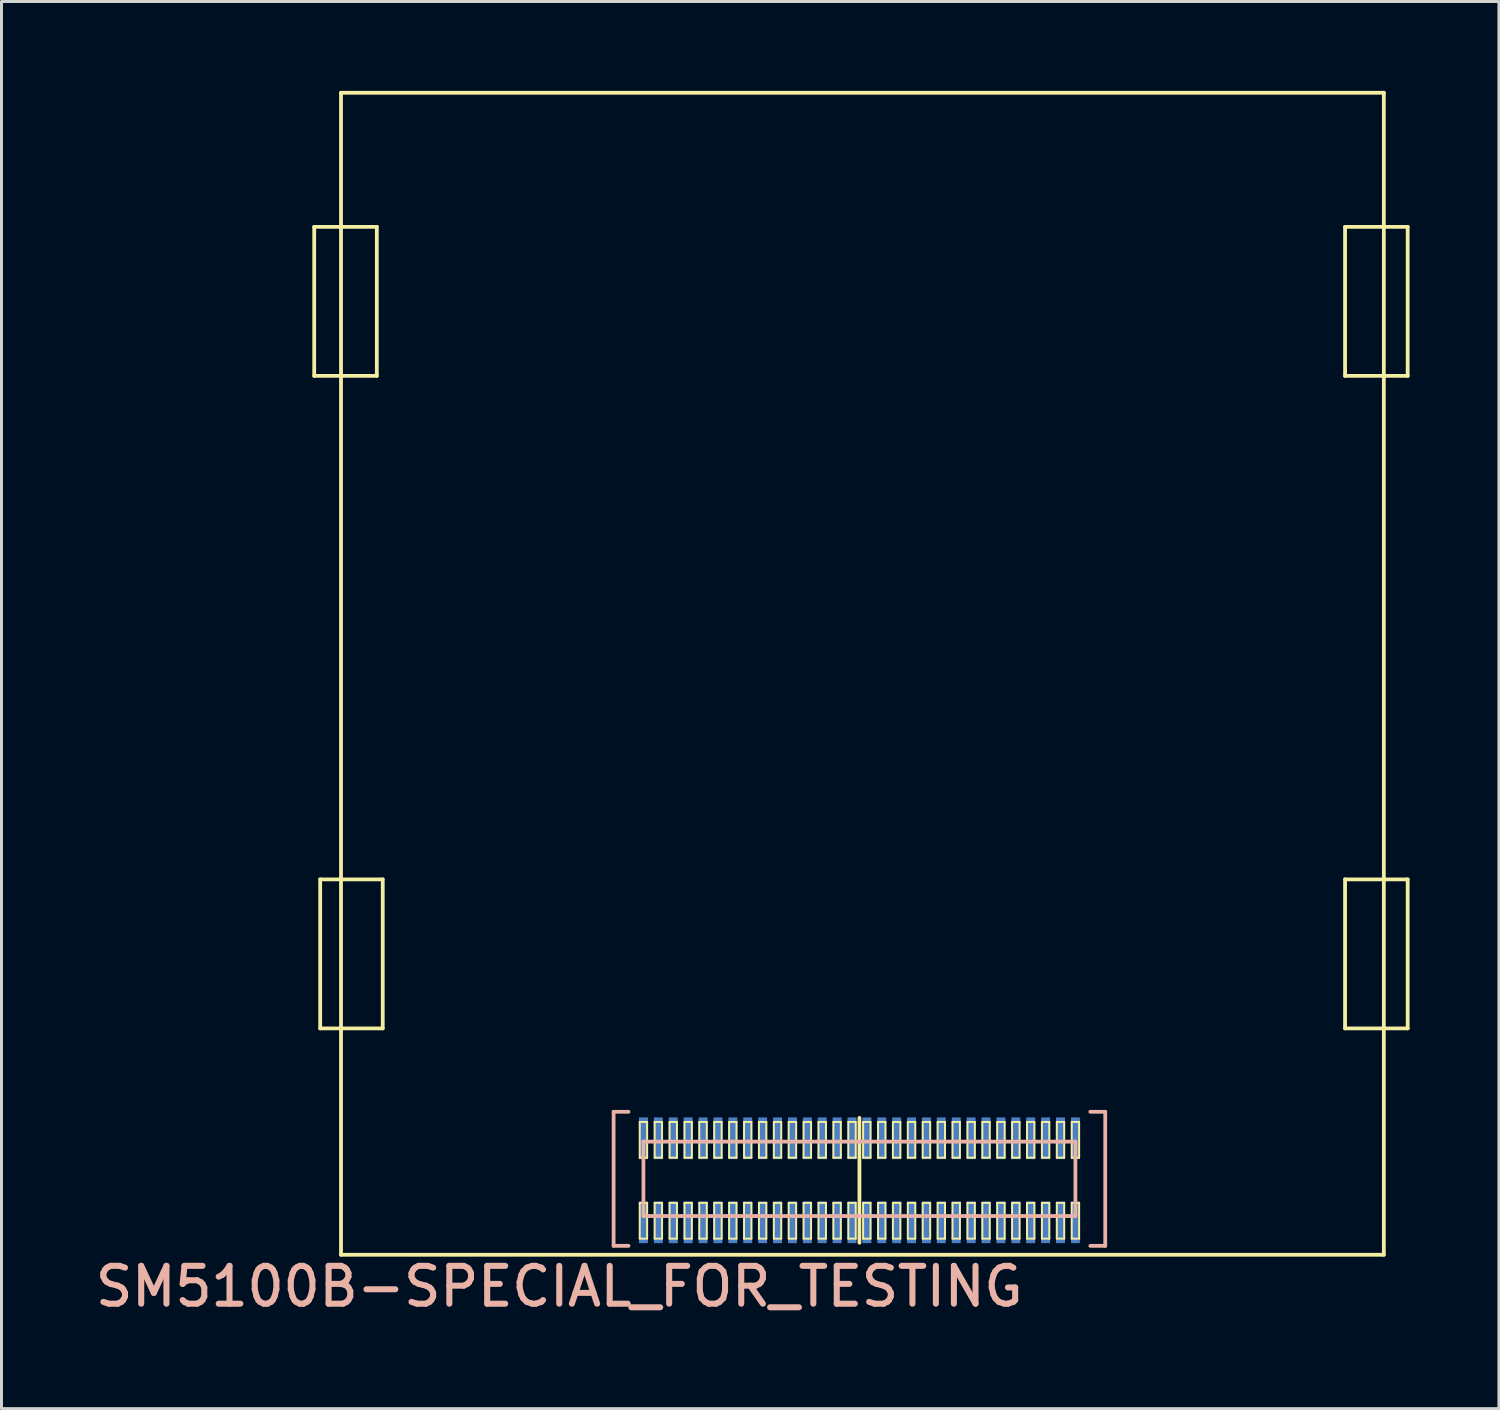
<source format=kicad_pcb>
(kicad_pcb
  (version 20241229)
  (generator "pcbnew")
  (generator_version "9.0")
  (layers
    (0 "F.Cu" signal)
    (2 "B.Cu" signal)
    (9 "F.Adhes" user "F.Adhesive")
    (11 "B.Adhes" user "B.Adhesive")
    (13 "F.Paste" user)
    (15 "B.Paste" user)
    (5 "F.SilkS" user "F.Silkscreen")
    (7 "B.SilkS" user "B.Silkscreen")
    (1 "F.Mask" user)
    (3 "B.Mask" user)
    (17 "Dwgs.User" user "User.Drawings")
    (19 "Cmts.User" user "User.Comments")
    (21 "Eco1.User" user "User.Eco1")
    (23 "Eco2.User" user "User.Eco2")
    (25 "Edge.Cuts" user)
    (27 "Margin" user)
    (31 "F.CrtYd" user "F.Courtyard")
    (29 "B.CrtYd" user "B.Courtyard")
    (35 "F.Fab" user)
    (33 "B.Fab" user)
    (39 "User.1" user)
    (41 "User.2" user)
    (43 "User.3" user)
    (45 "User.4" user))
  (footprint "SM5100B-SPECIAL_FOR_TESTING"
    (layer "F.Cu")
    (at 25.794 36.563)
    (property "Reference" "SM5100B-SPECIAL_FOR_TESTING" (at -10.074 3.564 0) (layer "B.SilkS") (effects (font (size 1.27 1.27) (thickness 0.203))))
    (attr smd)
    (fp_line (start -18.298 -31.999) (end -18.298 -26.998) (stroke (width 0.127) (type solid)) (layer "F.SilkS"))
    (fp_line (start -18.298 -26.998) (end -16.198 -26.998) (stroke (width 0.127) (type solid)) (layer "F.SilkS"))
    (fp_line (start -18.098 -10.099) (end -18.098 -5.098) (stroke (width 0.127) (type solid)) (layer "F.SilkS"))
    (fp_line (start -18.098 -5.098) (end -15.999 -5.098) (stroke (width 0.127) (type solid)) (layer "F.SilkS"))
    (fp_line (start -17.399 -36.5) (end 17.6 -36.5) (stroke (width 0.127) (type solid)) (layer "F.SilkS"))
    (fp_line (start -17.399 2.499) (end -17.399 -36.5) (stroke (width 0.127) (type solid)) (layer "F.SilkS"))
    (fp_line (start -16.198 -31.999) (end -18.298 -31.999) (stroke (width 0.127) (type solid)) (layer "F.SilkS"))
    (fp_line (start -16.198 -26.998) (end -16.198 -31.999) (stroke (width 0.127) (type solid)) (layer "F.SilkS"))
    (fp_line (start -15.999 -10.099) (end -18.098 -10.099) (stroke (width 0.127) (type solid)) (layer "F.SilkS"))
    (fp_line (start -15.999 -5.098) (end -15.999 -10.099) (stroke (width 0.127) (type solid)) (layer "F.SilkS"))
    (fp_line (start -7.374 -1.958) (end -7.125 -1.958) (stroke (width 0.066) (type solid)) (layer "F.SilkS"))
    (fp_line (start -7.374 -0.759) (end -7.374 -1.958) (stroke (width 0.066) (type solid)) (layer "F.SilkS"))
    (fp_line (start -7.374 -0.759) (end -7.125 -0.759) (stroke (width 0.066) (type solid)) (layer "F.SilkS"))
    (fp_line (start -7.374 0.759) (end -7.125 0.759) (stroke (width 0.066) (type solid)) (layer "F.SilkS"))
    (fp_line (start -7.374 1.958) (end -7.374 0.759) (stroke (width 0.066) (type solid)) (layer "F.SilkS"))
    (fp_line (start -7.374 1.958) (end -7.125 1.958) (stroke (width 0.066) (type solid)) (layer "F.SilkS"))
    (fp_line (start -7.125 -0.759) (end -7.125 -1.958) (stroke (width 0.066) (type solid)) (layer "F.SilkS"))
    (fp_line (start -7.125 1.958) (end -7.125 0.759) (stroke (width 0.066) (type solid)) (layer "F.SilkS"))
    (fp_line (start -6.873 -1.958) (end -6.624 -1.958) (stroke (width 0.066) (type solid)) (layer "F.SilkS"))
    (fp_line (start -6.873 -0.759) (end -6.873 -1.958) (stroke (width 0.066) (type solid)) (layer "F.SilkS"))
    (fp_line (start -6.873 -0.759) (end -6.624 -0.759) (stroke (width 0.066) (type solid)) (layer "F.SilkS"))
    (fp_line (start -6.873 0.759) (end -6.624 0.759) (stroke (width 0.066) (type solid)) (layer "F.SilkS"))
    (fp_line (start -6.873 1.958) (end -6.873 0.759) (stroke (width 0.066) (type solid)) (layer "F.SilkS"))
    (fp_line (start -6.873 1.958) (end -6.624 1.958) (stroke (width 0.066) (type solid)) (layer "F.SilkS"))
    (fp_line (start -6.624 -0.759) (end -6.624 -1.958) (stroke (width 0.066) (type solid)) (layer "F.SilkS"))
    (fp_line (start -6.624 1.958) (end -6.624 0.759) (stroke (width 0.066) (type solid)) (layer "F.SilkS"))
    (fp_line (start -6.373 -1.958) (end -6.124 -1.958) (stroke (width 0.066) (type solid)) (layer "F.SilkS"))
    (fp_line (start -6.373 -0.759) (end -6.373 -1.958) (stroke (width 0.066) (type solid)) (layer "F.SilkS"))
    (fp_line (start -6.373 -0.759) (end -6.124 -0.759) (stroke (width 0.066) (type solid)) (layer "F.SilkS"))
    (fp_line (start -6.373 0.759) (end -6.124 0.759) (stroke (width 0.066) (type solid)) (layer "F.SilkS"))
    (fp_line (start -6.373 1.958) (end -6.373 0.759) (stroke (width 0.066) (type solid)) (layer "F.SilkS"))
    (fp_line (start -6.373 1.958) (end -6.124 1.958) (stroke (width 0.066) (type solid)) (layer "F.SilkS"))
    (fp_line (start -6.124 -0.759) (end -6.124 -1.958) (stroke (width 0.066) (type solid)) (layer "F.SilkS"))
    (fp_line (start -6.124 1.958) (end -6.124 0.759) (stroke (width 0.066) (type solid)) (layer "F.SilkS"))
    (fp_line (start -5.872 -1.958) (end -5.624 -1.958) (stroke (width 0.066) (type solid)) (layer "F.SilkS"))
    (fp_line (start -5.872 -0.759) (end -5.872 -1.958) (stroke (width 0.066) (type solid)) (layer "F.SilkS"))
    (fp_line (start -5.872 -0.759) (end -5.624 -0.759) (stroke (width 0.066) (type solid)) (layer "F.SilkS"))
    (fp_line (start -5.872 0.759) (end -5.624 0.759) (stroke (width 0.066) (type solid)) (layer "F.SilkS"))
    (fp_line (start -5.872 1.958) (end -5.872 0.759) (stroke (width 0.066) (type solid)) (layer "F.SilkS"))
    (fp_line (start -5.872 1.958) (end -5.624 1.958) (stroke (width 0.066) (type solid)) (layer "F.SilkS"))
    (fp_line (start -5.624 -0.759) (end -5.624 -1.958) (stroke (width 0.066) (type solid)) (layer "F.SilkS"))
    (fp_line (start -5.624 1.958) (end -5.624 0.759) (stroke (width 0.066) (type solid)) (layer "F.SilkS"))
    (fp_line (start -5.375 -1.958) (end -5.123 -1.958) (stroke (width 0.066) (type solid)) (layer "F.SilkS"))
    (fp_line (start -5.375 -0.759) (end -5.375 -1.958) (stroke (width 0.066) (type solid)) (layer "F.SilkS"))
    (fp_line (start -5.375 -0.759) (end -5.123 -0.759) (stroke (width 0.066) (type solid)) (layer "F.SilkS"))
    (fp_line (start -5.375 0.759) (end -5.123 0.759) (stroke (width 0.066) (type solid)) (layer "F.SilkS"))
    (fp_line (start -5.375 1.958) (end -5.375 0.759) (stroke (width 0.066) (type solid)) (layer "F.SilkS"))
    (fp_line (start -5.375 1.958) (end -5.123 1.958) (stroke (width 0.066) (type solid)) (layer "F.SilkS"))
    (fp_line (start -5.123 -0.759) (end -5.123 -1.958) (stroke (width 0.066) (type solid)) (layer "F.SilkS"))
    (fp_line (start -5.123 1.958) (end -5.123 0.759) (stroke (width 0.066) (type solid)) (layer "F.SilkS"))
    (fp_line (start -4.874 -1.958) (end -4.623 -1.958) (stroke (width 0.066) (type solid)) (layer "F.SilkS"))
    (fp_line (start -4.874 -0.759) (end -4.874 -1.958) (stroke (width 0.066) (type solid)) (layer "F.SilkS"))
    (fp_line (start -4.874 -0.759) (end -4.623 -0.759) (stroke (width 0.066) (type solid)) (layer "F.SilkS"))
    (fp_line (start -4.874 0.759) (end -4.623 0.759) (stroke (width 0.066) (type solid)) (layer "F.SilkS"))
    (fp_line (start -4.874 1.958) (end -4.874 0.759) (stroke (width 0.066) (type solid)) (layer "F.SilkS"))
    (fp_line (start -4.874 1.958) (end -4.623 1.958) (stroke (width 0.066) (type solid)) (layer "F.SilkS"))
    (fp_line (start -4.623 -0.759) (end -4.623 -1.958) (stroke (width 0.066) (type solid)) (layer "F.SilkS"))
    (fp_line (start -4.623 1.958) (end -4.623 0.759) (stroke (width 0.066) (type solid)) (layer "F.SilkS"))
    (fp_line (start -4.374 -1.958) (end -4.125 -1.958) (stroke (width 0.066) (type solid)) (layer "F.SilkS"))
    (fp_line (start -4.374 -0.759) (end -4.374 -1.958) (stroke (width 0.066) (type solid)) (layer "F.SilkS"))
    (fp_line (start -4.374 -0.759) (end -4.125 -0.759) (stroke (width 0.066) (type solid)) (layer "F.SilkS"))
    (fp_line (start -4.374 0.759) (end -4.125 0.759) (stroke (width 0.066) (type solid)) (layer "F.SilkS"))
    (fp_line (start -4.374 1.958) (end -4.374 0.759) (stroke (width 0.066) (type solid)) (layer "F.SilkS"))
    (fp_line (start -4.374 1.958) (end -4.125 1.958) (stroke (width 0.066) (type solid)) (layer "F.SilkS"))
    (fp_line (start -4.125 -0.759) (end -4.125 -1.958) (stroke (width 0.066) (type solid)) (layer "F.SilkS"))
    (fp_line (start -4.125 1.958) (end -4.125 0.759) (stroke (width 0.066) (type solid)) (layer "F.SilkS"))
    (fp_line (start -3.873 -1.958) (end -3.625 -1.958) (stroke (width 0.066) (type solid)) (layer "F.SilkS"))
    (fp_line (start -3.873 -0.759) (end -3.873 -1.958) (stroke (width 0.066) (type solid)) (layer "F.SilkS"))
    (fp_line (start -3.873 -0.759) (end -3.625 -0.759) (stroke (width 0.066) (type solid)) (layer "F.SilkS"))
    (fp_line (start -3.873 0.759) (end -3.625 0.759) (stroke (width 0.066) (type solid)) (layer "F.SilkS"))
    (fp_line (start -3.873 1.958) (end -3.873 0.759) (stroke (width 0.066) (type solid)) (layer "F.SilkS"))
    (fp_line (start -3.873 1.958) (end -3.625 1.958) (stroke (width 0.066) (type solid)) (layer "F.SilkS"))
    (fp_line (start -3.625 -0.759) (end -3.625 -1.958) (stroke (width 0.066) (type solid)) (layer "F.SilkS"))
    (fp_line (start -3.625 1.958) (end -3.625 0.759) (stroke (width 0.066) (type solid)) (layer "F.SilkS"))
    (fp_line (start -3.373 -1.958) (end -3.124 -1.958) (stroke (width 0.066) (type solid)) (layer "F.SilkS"))
    (fp_line (start -3.373 -0.759) (end -3.373 -1.958) (stroke (width 0.066) (type solid)) (layer "F.SilkS"))
    (fp_line (start -3.373 -0.759) (end -3.124 -0.759) (stroke (width 0.066) (type solid)) (layer "F.SilkS"))
    (fp_line (start -3.373 0.759) (end -3.124 0.759) (stroke (width 0.066) (type solid)) (layer "F.SilkS"))
    (fp_line (start -3.373 1.958) (end -3.373 0.759) (stroke (width 0.066) (type solid)) (layer "F.SilkS"))
    (fp_line (start -3.373 1.958) (end -3.124 1.958) (stroke (width 0.066) (type solid)) (layer "F.SilkS"))
    (fp_line (start -3.124 -0.759) (end -3.124 -1.958) (stroke (width 0.066) (type solid)) (layer "F.SilkS"))
    (fp_line (start -3.124 1.958) (end -3.124 0.759) (stroke (width 0.066) (type solid)) (layer "F.SilkS"))
    (fp_line (start -2.873 -1.958) (end -2.624 -1.958) (stroke (width 0.066) (type solid)) (layer "F.SilkS"))
    (fp_line (start -2.873 -0.759) (end -2.873 -1.958) (stroke (width 0.066) (type solid)) (layer "F.SilkS"))
    (fp_line (start -2.873 -0.759) (end -2.624 -0.759) (stroke (width 0.066) (type solid)) (layer "F.SilkS"))
    (fp_line (start -2.873 0.759) (end -2.624 0.759) (stroke (width 0.066) (type solid)) (layer "F.SilkS"))
    (fp_line (start -2.873 1.958) (end -2.873 0.759) (stroke (width 0.066) (type solid)) (layer "F.SilkS"))
    (fp_line (start -2.873 1.958) (end -2.624 1.958) (stroke (width 0.066) (type solid)) (layer "F.SilkS"))
    (fp_line (start -2.624 -0.759) (end -2.624 -1.958) (stroke (width 0.066) (type solid)) (layer "F.SilkS"))
    (fp_line (start -2.624 1.958) (end -2.624 0.759) (stroke (width 0.066) (type solid)) (layer "F.SilkS"))
    (fp_line (start -2.375 -1.958) (end -2.123 -1.958) (stroke (width 0.066) (type solid)) (layer "F.SilkS"))
    (fp_line (start -2.375 -0.759) (end -2.375 -1.958) (stroke (width 0.066) (type solid)) (layer "F.SilkS"))
    (fp_line (start -2.375 -0.759) (end -2.123 -0.759) (stroke (width 0.066) (type solid)) (layer "F.SilkS"))
    (fp_line (start -2.375 0.759) (end -2.123 0.759) (stroke (width 0.066) (type solid)) (layer "F.SilkS"))
    (fp_line (start -2.375 1.958) (end -2.375 0.759) (stroke (width 0.066) (type solid)) (layer "F.SilkS"))
    (fp_line (start -2.375 1.958) (end -2.123 1.958) (stroke (width 0.066) (type solid)) (layer "F.SilkS"))
    (fp_line (start -2.123 -0.759) (end -2.123 -1.958) (stroke (width 0.066) (type solid)) (layer "F.SilkS"))
    (fp_line (start -2.123 1.958) (end -2.123 0.759) (stroke (width 0.066) (type solid)) (layer "F.SilkS"))
    (fp_line (start -1.875 -1.958) (end -1.623 -1.958) (stroke (width 0.066) (type solid)) (layer "F.SilkS"))
    (fp_line (start -1.875 -0.759) (end -1.875 -1.958) (stroke (width 0.066) (type solid)) (layer "F.SilkS"))
    (fp_line (start -1.875 -0.759) (end -1.623 -0.759) (stroke (width 0.066) (type solid)) (layer "F.SilkS"))
    (fp_line (start -1.875 0.759) (end -1.623 0.759) (stroke (width 0.066) (type solid)) (layer "F.SilkS"))
    (fp_line (start -1.875 1.958) (end -1.875 0.759) (stroke (width 0.066) (type solid)) (layer "F.SilkS"))
    (fp_line (start -1.875 1.958) (end -1.623 1.958) (stroke (width 0.066) (type solid)) (layer "F.SilkS"))
    (fp_line (start -1.623 -0.759) (end -1.623 -1.958) (stroke (width 0.066) (type solid)) (layer "F.SilkS"))
    (fp_line (start -1.623 1.958) (end -1.623 0.759) (stroke (width 0.066) (type solid)) (layer "F.SilkS"))
    (fp_line (start -1.374 -1.958) (end -1.123 -1.958) (stroke (width 0.066) (type solid)) (layer "F.SilkS"))
    (fp_line (start -1.374 -0.759) (end -1.374 -1.958) (stroke (width 0.066) (type solid)) (layer "F.SilkS"))
    (fp_line (start -1.374 -0.759) (end -1.123 -0.759) (stroke (width 0.066) (type solid)) (layer "F.SilkS"))
    (fp_line (start -1.374 0.759) (end -1.123 0.759) (stroke (width 0.066) (type solid)) (layer "F.SilkS"))
    (fp_line (start -1.374 1.958) (end -1.374 0.759) (stroke (width 0.066) (type solid)) (layer "F.SilkS"))
    (fp_line (start -1.374 1.958) (end -1.123 1.958) (stroke (width 0.066) (type solid)) (layer "F.SilkS"))
    (fp_line (start -1.123 -0.759) (end -1.123 -1.958) (stroke (width 0.066) (type solid)) (layer "F.SilkS"))
    (fp_line (start -1.123 1.958) (end -1.123 0.759) (stroke (width 0.066) (type solid)) (layer "F.SilkS"))
    (fp_line (start -0.874 -1.958) (end -0.625 -1.958) (stroke (width 0.066) (type solid)) (layer "F.SilkS"))
    (fp_line (start -0.874 -0.759) (end -0.874 -1.958) (stroke (width 0.066) (type solid)) (layer "F.SilkS"))
    (fp_line (start -0.874 -0.759) (end -0.625 -0.759) (stroke (width 0.066) (type solid)) (layer "F.SilkS"))
    (fp_line (start -0.874 0.759) (end -0.625 0.759) (stroke (width 0.066) (type solid)) (layer "F.SilkS"))
    (fp_line (start -0.874 1.958) (end -0.874 0.759) (stroke (width 0.066) (type solid)) (layer "F.SilkS"))
    (fp_line (start -0.874 1.958) (end -0.625 1.958) (stroke (width 0.066) (type solid)) (layer "F.SilkS"))
    (fp_line (start -0.625 -0.759) (end -0.625 -1.958) (stroke (width 0.066) (type solid)) (layer "F.SilkS"))
    (fp_line (start -0.625 1.958) (end -0.625 0.759) (stroke (width 0.066) (type solid)) (layer "F.SilkS"))
    (fp_line (start -0.373 -1.958) (end -0.124 -1.958) (stroke (width 0.066) (type solid)) (layer "F.SilkS"))
    (fp_line (start -0.373 -0.759) (end -0.373 -1.958) (stroke (width 0.066) (type solid)) (layer "F.SilkS"))
    (fp_line (start -0.373 -0.759) (end -0.124 -0.759) (stroke (width 0.066) (type solid)) (layer "F.SilkS"))
    (fp_line (start -0.373 0.759) (end -0.124 0.759) (stroke (width 0.066) (type solid)) (layer "F.SilkS"))
    (fp_line (start -0.373 1.958) (end -0.373 0.759) (stroke (width 0.066) (type solid)) (layer "F.SilkS"))
    (fp_line (start -0.373 1.958) (end -0.124 1.958) (stroke (width 0.066) (type solid)) (layer "F.SilkS"))
    (fp_line (start -0.124 -0.759) (end -0.124 -1.958) (stroke (width 0.066) (type solid)) (layer "F.SilkS"))
    (fp_line (start -0.124 1.958) (end -0.124 0.759) (stroke (width 0.066) (type solid)) (layer "F.SilkS"))
    (fp_line (start 0 -2.095) (end 0 2.095) (stroke (width 0.127) (type solid)) (layer "F.SilkS"))
    (fp_line (start 0.124 -1.958) (end 0.373 -1.958) (stroke (width 0.066) (type solid)) (layer "F.SilkS"))
    (fp_line (start 0.124 -0.759) (end 0.124 -1.958) (stroke (width 0.066) (type solid)) (layer "F.SilkS"))
    (fp_line (start 0.124 -0.759) (end 0.373 -0.759) (stroke (width 0.066) (type solid)) (layer "F.SilkS"))
    (fp_line (start 0.124 0.759) (end 0.373 0.759) (stroke (width 0.066) (type solid)) (layer "F.SilkS"))
    (fp_line (start 0.124 1.958) (end 0.124 0.759) (stroke (width 0.066) (type solid)) (layer "F.SilkS"))
    (fp_line (start 0.124 1.958) (end 0.373 1.958) (stroke (width 0.066) (type solid)) (layer "F.SilkS"))
    (fp_line (start 0.373 -0.759) (end 0.373 -1.958) (stroke (width 0.066) (type solid)) (layer "F.SilkS"))
    (fp_line (start 0.373 1.958) (end 0.373 0.759) (stroke (width 0.066) (type solid)) (layer "F.SilkS"))
    (fp_line (start 0.625 -1.958) (end 0.874 -1.958) (stroke (width 0.066) (type solid)) (layer "F.SilkS"))
    (fp_line (start 0.625 -0.759) (end 0.625 -1.958) (stroke (width 0.066) (type solid)) (layer "F.SilkS"))
    (fp_line (start 0.625 -0.759) (end 0.874 -0.759) (stroke (width 0.066) (type solid)) (layer "F.SilkS"))
    (fp_line (start 0.625 0.759) (end 0.874 0.759) (stroke (width 0.066) (type solid)) (layer "F.SilkS"))
    (fp_line (start 0.625 1.958) (end 0.625 0.759) (stroke (width 0.066) (type solid)) (layer "F.SilkS"))
    (fp_line (start 0.625 1.958) (end 0.874 1.958) (stroke (width 0.066) (type solid)) (layer "F.SilkS"))
    (fp_line (start 0.874 -0.759) (end 0.874 -1.958) (stroke (width 0.066) (type solid)) (layer "F.SilkS"))
    (fp_line (start 0.874 1.958) (end 0.874 0.759) (stroke (width 0.066) (type solid)) (layer "F.SilkS"))
    (fp_line (start 1.123 -1.958) (end 1.374 -1.958) (stroke (width 0.066) (type solid)) (layer "F.SilkS"))
    (fp_line (start 1.123 -0.759) (end 1.123 -1.958) (stroke (width 0.066) (type solid)) (layer "F.SilkS"))
    (fp_line (start 1.123 -0.759) (end 1.374 -0.759) (stroke (width 0.066) (type solid)) (layer "F.SilkS"))
    (fp_line (start 1.123 0.759) (end 1.374 0.759) (stroke (width 0.066) (type solid)) (layer "F.SilkS"))
    (fp_line (start 1.123 1.958) (end 1.123 0.759) (stroke (width 0.066) (type solid)) (layer "F.SilkS"))
    (fp_line (start 1.123 1.958) (end 1.374 1.958) (stroke (width 0.066) (type solid)) (layer "F.SilkS"))
    (fp_line (start 1.374 -0.759) (end 1.374 -1.958) (stroke (width 0.066) (type solid)) (layer "F.SilkS"))
    (fp_line (start 1.374 1.958) (end 1.374 0.759) (stroke (width 0.066) (type solid)) (layer "F.SilkS"))
    (fp_line (start 1.623 -1.958) (end 1.875 -1.958) (stroke (width 0.066) (type solid)) (layer "F.SilkS"))
    (fp_line (start 1.623 -0.759) (end 1.623 -1.958) (stroke (width 0.066) (type solid)) (layer "F.SilkS"))
    (fp_line (start 1.623 -0.759) (end 1.875 -0.759) (stroke (width 0.066) (type solid)) (layer "F.SilkS"))
    (fp_line (start 1.623 0.759) (end 1.875 0.759) (stroke (width 0.066) (type solid)) (layer "F.SilkS"))
    (fp_line (start 1.623 1.958) (end 1.623 0.759) (stroke (width 0.066) (type solid)) (layer "F.SilkS"))
    (fp_line (start 1.623 1.958) (end 1.875 1.958) (stroke (width 0.066) (type solid)) (layer "F.SilkS"))
    (fp_line (start 1.875 -0.759) (end 1.875 -1.958) (stroke (width 0.066) (type solid)) (layer "F.SilkS"))
    (fp_line (start 1.875 1.958) (end 1.875 0.759) (stroke (width 0.066) (type solid)) (layer "F.SilkS"))
    (fp_line (start 2.123 -1.958) (end 2.375 -1.958) (stroke (width 0.066) (type solid)) (layer "F.SilkS"))
    (fp_line (start 2.123 -0.759) (end 2.123 -1.958) (stroke (width 0.066) (type solid)) (layer "F.SilkS"))
    (fp_line (start 2.123 -0.759) (end 2.375 -0.759) (stroke (width 0.066) (type solid)) (layer "F.SilkS"))
    (fp_line (start 2.123 0.759) (end 2.375 0.759) (stroke (width 0.066) (type solid)) (layer "F.SilkS"))
    (fp_line (start 2.123 1.958) (end 2.123 0.759) (stroke (width 0.066) (type solid)) (layer "F.SilkS"))
    (fp_line (start 2.123 1.958) (end 2.375 1.958) (stroke (width 0.066) (type solid)) (layer "F.SilkS"))
    (fp_line (start 2.375 -0.759) (end 2.375 -1.958) (stroke (width 0.066) (type solid)) (layer "F.SilkS"))
    (fp_line (start 2.375 1.958) (end 2.375 0.759) (stroke (width 0.066) (type solid)) (layer "F.SilkS"))
    (fp_line (start 2.624 -1.958) (end 2.873 -1.958) (stroke (width 0.066) (type solid)) (layer "F.SilkS"))
    (fp_line (start 2.624 -0.759) (end 2.624 -1.958) (stroke (width 0.066) (type solid)) (layer "F.SilkS"))
    (fp_line (start 2.624 -0.759) (end 2.873 -0.759) (stroke (width 0.066) (type solid)) (layer "F.SilkS"))
    (fp_line (start 2.624 0.759) (end 2.873 0.759) (stroke (width 0.066) (type solid)) (layer "F.SilkS"))
    (fp_line (start 2.624 1.958) (end 2.624 0.759) (stroke (width 0.066) (type solid)) (layer "F.SilkS"))
    (fp_line (start 2.624 1.958) (end 2.873 1.958) (stroke (width 0.066) (type solid)) (layer "F.SilkS"))
    (fp_line (start 2.873 -0.759) (end 2.873 -1.958) (stroke (width 0.066) (type solid)) (layer "F.SilkS"))
    (fp_line (start 2.873 1.958) (end 2.873 0.759) (stroke (width 0.066) (type solid)) (layer "F.SilkS"))
    (fp_line (start 3.124 -1.958) (end 3.373 -1.958) (stroke (width 0.066) (type solid)) (layer "F.SilkS"))
    (fp_line (start 3.124 -0.759) (end 3.124 -1.958) (stroke (width 0.066) (type solid)) (layer "F.SilkS"))
    (fp_line (start 3.124 -0.759) (end 3.373 -0.759) (stroke (width 0.066) (type solid)) (layer "F.SilkS"))
    (fp_line (start 3.124 0.759) (end 3.373 0.759) (stroke (width 0.066) (type solid)) (layer "F.SilkS"))
    (fp_line (start 3.124 1.958) (end 3.124 0.759) (stroke (width 0.066) (type solid)) (layer "F.SilkS"))
    (fp_line (start 3.124 1.958) (end 3.373 1.958) (stroke (width 0.066) (type solid)) (layer "F.SilkS"))
    (fp_line (start 3.373 -0.759) (end 3.373 -1.958) (stroke (width 0.066) (type solid)) (layer "F.SilkS"))
    (fp_line (start 3.373 1.958) (end 3.373 0.759) (stroke (width 0.066) (type solid)) (layer "F.SilkS"))
    (fp_line (start 3.625 -1.958) (end 3.873 -1.958) (stroke (width 0.066) (type solid)) (layer "F.SilkS"))
    (fp_line (start 3.625 -0.759) (end 3.625 -1.958) (stroke (width 0.066) (type solid)) (layer "F.SilkS"))
    (fp_line (start 3.625 -0.759) (end 3.873 -0.759) (stroke (width 0.066) (type solid)) (layer "F.SilkS"))
    (fp_line (start 3.625 0.759) (end 3.873 0.759) (stroke (width 0.066) (type solid)) (layer "F.SilkS"))
    (fp_line (start 3.625 1.958) (end 3.625 0.759) (stroke (width 0.066) (type solid)) (layer "F.SilkS"))
    (fp_line (start 3.625 1.958) (end 3.873 1.958) (stroke (width 0.066) (type solid)) (layer "F.SilkS"))
    (fp_line (start 3.873 -0.759) (end 3.873 -1.958) (stroke (width 0.066) (type solid)) (layer "F.SilkS"))
    (fp_line (start 3.873 1.958) (end 3.873 0.759) (stroke (width 0.066) (type solid)) (layer "F.SilkS"))
    (fp_line (start 4.125 -1.958) (end 4.374 -1.958) (stroke (width 0.066) (type solid)) (layer "F.SilkS"))
    (fp_line (start 4.125 -0.759) (end 4.125 -1.958) (stroke (width 0.066) (type solid)) (layer "F.SilkS"))
    (fp_line (start 4.125 -0.759) (end 4.374 -0.759) (stroke (width 0.066) (type solid)) (layer "F.SilkS"))
    (fp_line (start 4.125 0.759) (end 4.374 0.759) (stroke (width 0.066) (type solid)) (layer "F.SilkS"))
    (fp_line (start 4.125 1.958) (end 4.125 0.759) (stroke (width 0.066) (type solid)) (layer "F.SilkS"))
    (fp_line (start 4.125 1.958) (end 4.374 1.958) (stroke (width 0.066) (type solid)) (layer "F.SilkS"))
    (fp_line (start 4.374 -0.759) (end 4.374 -1.958) (stroke (width 0.066) (type solid)) (layer "F.SilkS"))
    (fp_line (start 4.374 1.958) (end 4.374 0.759) (stroke (width 0.066) (type solid)) (layer "F.SilkS"))
    (fp_line (start 4.623 -1.958) (end 4.874 -1.958) (stroke (width 0.066) (type solid)) (layer "F.SilkS"))
    (fp_line (start 4.623 -0.759) (end 4.623 -1.958) (stroke (width 0.066) (type solid)) (layer "F.SilkS"))
    (fp_line (start 4.623 -0.759) (end 4.874 -0.759) (stroke (width 0.066) (type solid)) (layer "F.SilkS"))
    (fp_line (start 4.623 0.759) (end 4.874 0.759) (stroke (width 0.066) (type solid)) (layer "F.SilkS"))
    (fp_line (start 4.623 1.958) (end 4.623 0.759) (stroke (width 0.066) (type solid)) (layer "F.SilkS"))
    (fp_line (start 4.623 1.958) (end 4.874 1.958) (stroke (width 0.066) (type solid)) (layer "F.SilkS"))
    (fp_line (start 4.874 -0.759) (end 4.874 -1.958) (stroke (width 0.066) (type solid)) (layer "F.SilkS"))
    (fp_line (start 4.874 1.958) (end 4.874 0.759) (stroke (width 0.066) (type solid)) (layer "F.SilkS"))
    (fp_line (start 5.123 -1.958) (end 5.375 -1.958) (stroke (width 0.066) (type solid)) (layer "F.SilkS"))
    (fp_line (start 5.123 -0.759) (end 5.123 -1.958) (stroke (width 0.066) (type solid)) (layer "F.SilkS"))
    (fp_line (start 5.123 -0.759) (end 5.375 -0.759) (stroke (width 0.066) (type solid)) (layer "F.SilkS"))
    (fp_line (start 5.123 0.759) (end 5.375 0.759) (stroke (width 0.066) (type solid)) (layer "F.SilkS"))
    (fp_line (start 5.123 1.958) (end 5.123 0.759) (stroke (width 0.066) (type solid)) (layer "F.SilkS"))
    (fp_line (start 5.123 1.958) (end 5.375 1.958) (stroke (width 0.066) (type solid)) (layer "F.SilkS"))
    (fp_line (start 5.375 -0.759) (end 5.375 -1.958) (stroke (width 0.066) (type solid)) (layer "F.SilkS"))
    (fp_line (start 5.375 1.958) (end 5.375 0.759) (stroke (width 0.066) (type solid)) (layer "F.SilkS"))
    (fp_line (start 5.624 -1.958) (end 5.872 -1.958) (stroke (width 0.066) (type solid)) (layer "F.SilkS"))
    (fp_line (start 5.624 -0.759) (end 5.624 -1.958) (stroke (width 0.066) (type solid)) (layer "F.SilkS"))
    (fp_line (start 5.624 -0.759) (end 5.872 -0.759) (stroke (width 0.066) (type solid)) (layer "F.SilkS"))
    (fp_line (start 5.624 0.759) (end 5.872 0.759) (stroke (width 0.066) (type solid)) (layer "F.SilkS"))
    (fp_line (start 5.624 1.958) (end 5.624 0.759) (stroke (width 0.066) (type solid)) (layer "F.SilkS"))
    (fp_line (start 5.624 1.958) (end 5.872 1.958) (stroke (width 0.066) (type solid)) (layer "F.SilkS"))
    (fp_line (start 5.872 -0.759) (end 5.872 -1.958) (stroke (width 0.066) (type solid)) (layer "F.SilkS"))
    (fp_line (start 5.872 1.958) (end 5.872 0.759) (stroke (width 0.066) (type solid)) (layer "F.SilkS"))
    (fp_line (start 6.124 -1.958) (end 6.373 -1.958) (stroke (width 0.066) (type solid)) (layer "F.SilkS"))
    (fp_line (start 6.124 -0.759) (end 6.124 -1.958) (stroke (width 0.066) (type solid)) (layer "F.SilkS"))
    (fp_line (start 6.124 -0.759) (end 6.373 -0.759) (stroke (width 0.066) (type solid)) (layer "F.SilkS"))
    (fp_line (start 6.124 0.759) (end 6.373 0.759) (stroke (width 0.066) (type solid)) (layer "F.SilkS"))
    (fp_line (start 6.124 1.958) (end 6.124 0.759) (stroke (width 0.066) (type solid)) (layer "F.SilkS"))
    (fp_line (start 6.124 1.958) (end 6.373 1.958) (stroke (width 0.066) (type solid)) (layer "F.SilkS"))
    (fp_line (start 6.373 -0.759) (end 6.373 -1.958) (stroke (width 0.066) (type solid)) (layer "F.SilkS"))
    (fp_line (start 6.373 1.958) (end 6.373 0.759) (stroke (width 0.066) (type solid)) (layer "F.SilkS"))
    (fp_line (start 6.624 -1.958) (end 6.873 -1.958) (stroke (width 0.066) (type solid)) (layer "F.SilkS"))
    (fp_line (start 6.624 -0.759) (end 6.624 -1.958) (stroke (width 0.066) (type solid)) (layer "F.SilkS"))
    (fp_line (start 6.624 -0.759) (end 6.873 -0.759) (stroke (width 0.066) (type solid)) (layer "F.SilkS"))
    (fp_line (start 6.624 0.759) (end 6.873 0.759) (stroke (width 0.066) (type solid)) (layer "F.SilkS"))
    (fp_line (start 6.624 1.958) (end 6.624 0.759) (stroke (width 0.066) (type solid)) (layer "F.SilkS"))
    (fp_line (start 6.624 1.958) (end 6.873 1.958) (stroke (width 0.066) (type solid)) (layer "F.SilkS"))
    (fp_line (start 6.873 -0.759) (end 6.873 -1.958) (stroke (width 0.066) (type solid)) (layer "F.SilkS"))
    (fp_line (start 6.873 1.958) (end 6.873 0.759) (stroke (width 0.066) (type solid)) (layer "F.SilkS"))
    (fp_line (start 7.125 -1.958) (end 7.374 -1.958) (stroke (width 0.066) (type solid)) (layer "F.SilkS"))
    (fp_line (start 7.125 -0.759) (end 7.125 -1.958) (stroke (width 0.066) (type solid)) (layer "F.SilkS"))
    (fp_line (start 7.125 -0.759) (end 7.374 -0.759) (stroke (width 0.066) (type solid)) (layer "F.SilkS"))
    (fp_line (start 7.125 0.759) (end 7.374 0.759) (stroke (width 0.066) (type solid)) (layer "F.SilkS"))
    (fp_line (start 7.125 1.958) (end 7.125 0.759) (stroke (width 0.066) (type solid)) (layer "F.SilkS"))
    (fp_line (start 7.125 1.958) (end 7.374 1.958) (stroke (width 0.066) (type solid)) (layer "F.SilkS"))
    (fp_line (start 7.374 -0.759) (end 7.374 -1.958) (stroke (width 0.066) (type solid)) (layer "F.SilkS"))
    (fp_line (start 7.374 1.958) (end 7.374 0.759) (stroke (width 0.066) (type solid)) (layer "F.SilkS"))
    (fp_line (start 16.299 -31.999) (end 16.299 -26.998) (stroke (width 0.127) (type solid)) (layer "F.SilkS"))
    (fp_line (start 16.299 -26.998) (end 18.4 -26.998) (stroke (width 0.127) (type solid)) (layer "F.SilkS"))
    (fp_line (start 16.299 -10.099) (end 16.299 -5.098) (stroke (width 0.127) (type solid)) (layer "F.SilkS"))
    (fp_line (start 16.299 -5.098) (end 18.4 -5.098) (stroke (width 0.127) (type solid)) (layer "F.SilkS"))
    (fp_line (start 17.6 -36.5) (end 17.6 2.499) (stroke (width 0.127) (type solid)) (layer "F.SilkS"))
    (fp_line (start 17.6 2.499) (end -17.399 2.499) (stroke (width 0.127) (type solid)) (layer "F.SilkS"))
    (fp_line (start 18.4 -31.999) (end 16.299 -31.999) (stroke (width 0.127) (type solid)) (layer "F.SilkS"))
    (fp_line (start 18.4 -26.998) (end 18.4 -31.999) (stroke (width 0.127) (type solid)) (layer "F.SilkS"))
    (fp_line (start 18.4 -10.099) (end 16.299 -10.099) (stroke (width 0.127) (type solid)) (layer "F.SilkS"))
    (fp_line (start 18.4 -5.098) (end 18.4 -10.099) (stroke (width 0.127) (type solid)) (layer "F.SilkS"))
    (fp_line (start -8.25 -2.299) (end -8.25 2.2) (stroke (width 0.127) (type solid)) (layer "B.SilkS"))
    (fp_line (start -8.25 2.2) (end -7.75 2.2) (stroke (width 0.127) (type solid)) (layer "B.SilkS"))
    (fp_line (start -7.75 -2.299) (end -8.25 -2.299) (stroke (width 0.127) (type solid)) (layer "B.SilkS"))
    (fp_line (start -7.249 -1.298) (end 7.249 -1.298) (stroke (width 0.127) (type solid)) (layer "B.SilkS"))
    (fp_line (start -7.249 1.199) (end -7.249 -1.298) (stroke (width 0.127) (type solid)) (layer "B.SilkS"))
    (fp_line (start 7.249 -1.298) (end 7.249 1.199) (stroke (width 0.127) (type solid)) (layer "B.SilkS"))
    (fp_line (start 7.249 1.199) (end -7.249 1.199) (stroke (width 0.127) (type solid)) (layer "B.SilkS"))
    (fp_line (start 7.75 -2.299) (end 8.25 -2.299) (stroke (width 0.127) (type solid)) (layer "B.SilkS"))
    (fp_line (start 8.25 -2.299) (end 8.25 2.2) (stroke (width 0.127) (type solid)) (layer "B.SilkS"))
    (fp_line (start 8.25 2.2) (end 7.75 2.2) (stroke (width 0.127) (type solid)) (layer "B.SilkS"))
    (pad "1" smd rect (at 7.249 1.41 180) (size 0.3 1.4) (layers "B.Cu" "B.Mask"))
    (pad "2" smd rect (at 7.249 -1.41 180) (size 0.3 1.4) (layers "B.Cu" "B.Mask"))
    (pad "3" smd rect (at 6.749 1.41 180) (size 0.3 1.4) (layers "B.Cu" "B.Mask"))
    (pad "4" smd rect (at 6.749 -1.41 180) (size 0.3 1.4) (layers "B.Cu" "B.Mask"))
    (pad "5" smd rect (at 6.248 1.41 180) (size 0.3 1.4) (layers "B.Cu" "B.Mask"))
    (pad "6" smd rect (at 6.248 -1.41 180) (size 0.3 1.4) (layers "B.Cu" "B.Mask"))
    (pad "7" smd rect (at 5.748 1.41 180) (size 0.3 1.4) (layers "B.Cu" "B.Mask"))
    (pad "8" smd rect (at 5.748 -1.41 180) (size 0.3 1.4) (layers "B.Cu" "B.Mask"))
    (pad "9" smd rect (at 5.248 1.41 180) (size 0.3 1.4) (layers "B.Cu" "B.Mask"))
    (pad "10" smd rect (at 5.248 -1.41 180) (size 0.3 1.4) (layers "B.Cu" "B.Mask"))
    (pad "11" smd rect (at 4.75 1.41 180) (size 0.3 1.4) (layers "B.Cu" "B.Mask"))
    (pad "12" smd rect (at 4.75 -1.41 180) (size 0.3 1.4) (layers "B.Cu" "B.Mask"))
    (pad "13" smd rect (at 4.249 1.41 180) (size 0.3 1.4) (layers "B.Cu" "B.Mask"))
    (pad "14" smd rect (at 4.249 -1.41 180) (size 0.3 1.4) (layers "B.Cu" "B.Mask"))
    (pad "15" smd rect (at 3.749 1.41 180) (size 0.3 1.4) (layers "B.Cu" "B.Mask"))
    (pad "16" smd rect (at 3.749 -1.41 180) (size 0.3 1.4) (layers "B.Cu" "B.Mask"))
    (pad "17" smd rect (at 3.249 1.41 180) (size 0.3 1.4) (layers "B.Cu" "B.Mask"))
    (pad "18" smd rect (at 3.249 -1.41 180) (size 0.3 1.4) (layers "B.Cu" "B.Mask"))
    (pad "19" smd rect (at 2.748 1.41 180) (size 0.3 1.4) (layers "B.Cu" "B.Mask"))
    (pad "20" smd rect (at 2.748 -1.41 180) (size 0.3 1.4) (layers "B.Cu" "B.Mask"))
    (pad "21" smd rect (at 2.248 1.41 180) (size 0.3 1.4) (layers "B.Cu" "B.Mask"))
    (pad "22" smd rect (at 2.248 -1.41 180) (size 0.3 1.4) (layers "B.Cu" "B.Mask"))
    (pad "23" smd rect (at 1.748 1.41 180) (size 0.3 1.4) (layers "B.Cu" "B.Mask"))
    (pad "24" smd rect (at 1.748 -1.41 180) (size 0.3 1.4) (layers "B.Cu" "B.Mask"))
    (pad "25" smd rect (at 1.25 1.41 180) (size 0.3 1.4) (layers "B.Cu" "B.Mask"))
    (pad "26" smd rect (at 1.25 -1.41 180) (size 0.3 1.4) (layers "B.Cu" "B.Mask"))
    (pad "27" smd rect (at 0.749 1.41 180) (size 0.3 1.4) (layers "B.Cu" "B.Mask"))
    (pad "28" smd rect (at 0.749 -1.41 180) (size 0.3 1.4) (layers "B.Cu" "B.Mask"))
    (pad "29" smd rect (at 0.249 1.41 180) (size 0.3 1.4) (layers "B.Cu" "B.Mask"))
    (pad "30" smd rect (at 0.249 -1.41 180) (size 0.3 1.4) (layers "B.Cu" "B.Mask"))
    (pad "31" smd rect (at -0.249 1.41 180) (size 0.3 1.4) (layers "B.Cu" "B.Mask"))
    (pad "32" smd rect (at -0.249 -1.41 180) (size 0.3 1.4) (layers "B.Cu" "B.Mask"))
    (pad "33" smd rect (at -0.749 1.41 180) (size 0.3 1.4) (layers "B.Cu" "B.Mask"))
    (pad "34" smd rect (at -0.749 -1.41 180) (size 0.3 1.4) (layers "B.Cu" "B.Mask"))
    (pad "35" smd rect (at -1.25 1.41 180) (size 0.3 1.4) (layers "B.Cu" "B.Mask"))
    (pad "36" smd rect (at -1.25 -1.41 180) (size 0.3 1.4) (layers "B.Cu" "B.Mask"))
    (pad "37" smd rect (at -1.748 1.41 180) (size 0.3 1.4) (layers "B.Cu" "B.Mask"))
    (pad "38" smd rect (at -1.748 -1.41 180) (size 0.3 1.4) (layers "B.Cu" "B.Mask"))
    (pad "39" smd rect (at -2.248 1.41 180) (size 0.3 1.4) (layers "B.Cu" "B.Mask"))
    (pad "40" smd rect (at -2.248 -1.41 180) (size 0.3 1.4) (layers "B.Cu" "B.Mask"))
    (pad "41" smd rect (at -2.748 1.41 180) (size 0.3 1.4) (layers "B.Cu" "B.Mask"))
    (pad "42" smd rect (at -2.748 -1.41 180) (size 0.3 1.4) (layers "B.Cu" "B.Mask"))
    (pad "43" smd rect (at -3.249 1.41 180) (size 0.3 1.4) (layers "B.Cu" "B.Mask"))
    (pad "44" smd rect (at -3.249 -1.41 180) (size 0.3 1.4) (layers "B.Cu" "B.Mask"))
    (pad "45" smd rect (at -3.749 1.41 180) (size 0.3 1.4) (layers "B.Cu" "B.Mask"))
    (pad "46" smd rect (at -3.749 -1.41 180) (size 0.3 1.4) (layers "B.Cu" "B.Mask"))
    (pad "47" smd rect (at -4.249 1.41 180) (size 0.3 1.4) (layers "B.Cu" "B.Mask"))
    (pad "48" smd rect (at -4.249 -1.41 180) (size 0.3 1.4) (layers "B.Cu" "B.Mask"))
    (pad "49" smd rect (at -4.75 1.41 180) (size 0.3 1.4) (layers "B.Cu" "B.Mask"))
    (pad "50" smd rect (at -4.75 -1.41 180) (size 0.3 1.4) (layers "B.Cu" "B.Mask"))
    (pad "51" smd rect (at -5.248 1.41 180) (size 0.3 1.4) (layers "B.Cu" "B.Mask"))
    (pad "52" smd rect (at -5.248 -1.41 180) (size 0.3 1.4) (layers "B.Cu" "B.Mask"))
    (pad "53" smd rect (at -5.748 1.41 180) (size 0.3 1.4) (layers "B.Cu" "B.Mask"))
    (pad "54" smd rect (at -5.748 -1.41 180) (size 0.3 1.4) (layers "B.Cu" "B.Mask"))
    (pad "55" smd rect (at -6.248 1.41 180) (size 0.3 1.4) (layers "B.Cu" "B.Mask"))
    (pad "56" smd rect (at -6.248 -1.41 180) (size 0.3 1.4) (layers "B.Cu" "B.Mask"))
    (pad "57" smd rect (at -6.749 1.41 180) (size 0.3 1.4) (layers "B.Cu" "B.Mask"))
    (pad "58" smd rect (at -6.749 -1.41 180) (size 0.3 1.4) (layers "B.Cu" "B.Mask"))
    (pad "59" smd rect (at -7.249 1.41 180) (size 0.3 1.4) (layers "B.Cu" "B.Mask"))
    (pad "60" smd rect (at -7.249 -1.41 180) (size 0.3 1.4) (layers "B.Cu" "B.Mask")))
  (gr_rect
    (start -3 -3)
    (end 47.257 44.226)
    (stroke (width 0.1) (type default))
    (fill no)
    (layer "Edge.Cuts")))
</source>
